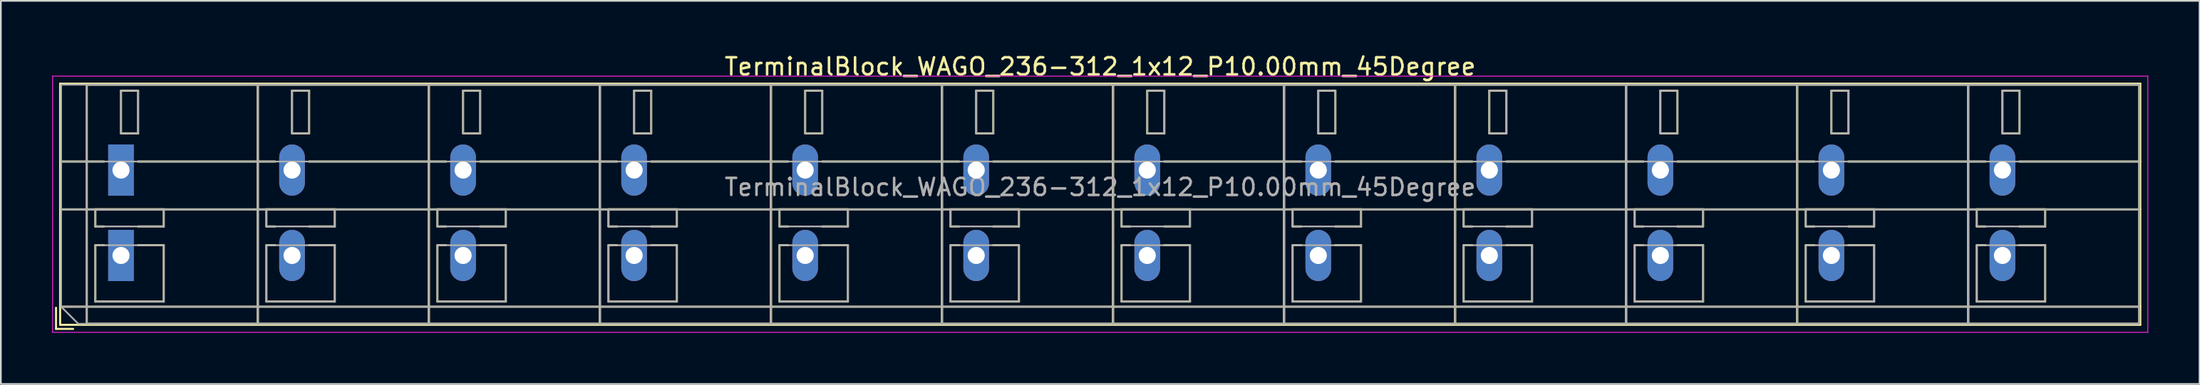
<source format=kicad_pcb>
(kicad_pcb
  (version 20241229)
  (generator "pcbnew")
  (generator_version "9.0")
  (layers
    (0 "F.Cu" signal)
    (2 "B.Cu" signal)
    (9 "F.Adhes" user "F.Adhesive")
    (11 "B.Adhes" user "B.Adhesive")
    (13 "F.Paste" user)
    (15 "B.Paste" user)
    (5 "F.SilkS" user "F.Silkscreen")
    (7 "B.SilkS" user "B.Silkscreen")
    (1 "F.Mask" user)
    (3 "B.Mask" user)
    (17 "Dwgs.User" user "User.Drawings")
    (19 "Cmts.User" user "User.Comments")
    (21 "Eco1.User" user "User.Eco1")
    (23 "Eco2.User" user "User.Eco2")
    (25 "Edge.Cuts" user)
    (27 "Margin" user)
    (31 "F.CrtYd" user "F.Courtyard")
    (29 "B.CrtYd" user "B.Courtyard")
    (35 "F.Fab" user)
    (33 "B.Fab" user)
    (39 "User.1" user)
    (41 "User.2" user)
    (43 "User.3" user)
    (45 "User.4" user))
  (footprint "TerminalBlock_WAGO_236-312_1x12_P10.00mm_45Degree"
    (layer "F.Cu")
    (at 4.025 11.908)
    (property "Reference" "TerminalBlock_WAGO_236-312_1x12_P10.00mm_45Degree" (at 57.25 -11.06 0) (layer "F.SilkS") (effects (font (size 1 1) (thickness 0.15))))
    (attr through_hole)
    (fp_line (start -3.8 3.06) (end -3.8 4.3) (stroke (width 0.12) (type solid)) (layer "F.SilkS"))
    (fp_line (start -3.8 4.3) (end -2.8 4.3) (stroke (width 0.12) (type solid)) (layer "F.SilkS"))
    (fp_line (start -3.56 -10.06) (end -3.56 4.06) (stroke (width 0.12) (type solid)) (layer "F.SilkS"))
    (fp_line (start -3.56 -10.06) (end 118.06 -10.06) (stroke (width 0.12) (type solid)) (layer "F.SilkS"))
    (fp_line (start -3.56 -5.5) (end -0.99 -5.5) (stroke (width 0.12) (type solid)) (layer "F.SilkS"))
    (fp_line (start -3.56 -2.7) (end 118.06 -2.7) (stroke (width 0.12) (type solid)) (layer "F.SilkS"))
    (fp_line (start -3.56 3) (end 118.06 3) (stroke (width 0.12) (type solid)) (layer "F.SilkS"))
    (fp_line (start -3.56 4.06) (end 118.06 4.06) (stroke (width 0.12) (type solid)) (layer "F.SilkS"))
    (fp_line (start -2 -10) (end -2 4) (stroke (width 0.12) (type solid)) (layer "F.SilkS"))
    (fp_line (start -2 -10) (end 8 -10) (stroke (width 0.12) (type solid)) (layer "F.SilkS"))
    (fp_line (start -2 4) (end 8 4) (stroke (width 0.12) (type solid)) (layer "F.SilkS"))
    (fp_line (start -1.5 -2.7) (end -1.5 -1.701) (stroke (width 0.12) (type solid)) (layer "F.SilkS"))
    (fp_line (start -1.5 -2.7) (end 2.5 -2.7) (stroke (width 0.12) (type solid)) (layer "F.SilkS"))
    (fp_line (start -1.5 -1.701) (end -0.99 -1.701) (stroke (width 0.12) (type solid)) (layer "F.SilkS"))
    (fp_line (start -1.5 -0.6) (end -1.5 2.7) (stroke (width 0.12) (type solid)) (layer "F.SilkS"))
    (fp_line (start -1.5 -0.6) (end -0.99 -0.6) (stroke (width 0.12) (type solid)) (layer "F.SilkS"))
    (fp_line (start -1.5 2.7) (end 2.5 2.7) (stroke (width 0.12) (type solid)) (layer "F.SilkS"))
    (fp_line (start 0 -9.65) (end 0 -7.15) (stroke (width 0.12) (type solid)) (layer "F.SilkS"))
    (fp_line (start 0 -9.65) (end 1 -9.65) (stroke (width 0.12) (type solid)) (layer "F.SilkS"))
    (fp_line (start 0 -7.15) (end 1 -7.15) (stroke (width 0.12) (type solid)) (layer "F.SilkS"))
    (fp_line (start 0.99 -5.5) (end 9.01 -5.5) (stroke (width 0.12) (type solid)) (layer "F.SilkS"))
    (fp_line (start 0.99 -1.701) (end 2.5 -1.701) (stroke (width 0.12) (type solid)) (layer "F.SilkS"))
    (fp_line (start 0.99 -0.6) (end 2.5 -0.6) (stroke (width 0.12) (type solid)) (layer "F.SilkS"))
    (fp_line (start 1 -9.65) (end 1 -7.15) (stroke (width 0.12) (type solid)) (layer "F.SilkS"))
    (fp_line (start 2.5 -2.7) (end 2.5 -1.701) (stroke (width 0.12) (type solid)) (layer "F.SilkS"))
    (fp_line (start 2.5 -0.6) (end 2.5 2.7) (stroke (width 0.12) (type solid)) (layer "F.SilkS"))
    (fp_line (start 8 -10) (end 8 4) (stroke (width 0.12) (type solid)) (layer "F.SilkS"))
    (fp_line (start 8 -10) (end 8 4) (stroke (width 0.12) (type solid)) (layer "F.SilkS"))
    (fp_line (start 8 -10) (end 18 -10) (stroke (width 0.12) (type solid)) (layer "F.SilkS"))
    (fp_line (start 8 4) (end 18 4) (stroke (width 0.12) (type solid)) (layer "F.SilkS"))
    (fp_line (start 8.5 -2.7) (end 8.5 -1.701) (stroke (width 0.12) (type solid)) (layer "F.SilkS"))
    (fp_line (start 8.5 -2.7) (end 12.5 -2.7) (stroke (width 0.12) (type solid)) (layer "F.SilkS"))
    (fp_line (start 8.5 -1.701) (end 9.01 -1.701) (stroke (width 0.12) (type solid)) (layer "F.SilkS"))
    (fp_line (start 8.5 -0.6) (end 8.5 2.7) (stroke (width 0.12) (type solid)) (layer "F.SilkS"))
    (fp_line (start 8.5 -0.6) (end 9.01 -0.6) (stroke (width 0.12) (type solid)) (layer "F.SilkS"))
    (fp_line (start 8.5 2.7) (end 12.5 2.7) (stroke (width 0.12) (type solid)) (layer "F.SilkS"))
    (fp_line (start 10 -9.65) (end 10 -7.15) (stroke (width 0.12) (type solid)) (layer "F.SilkS"))
    (fp_line (start 10 -9.65) (end 11 -9.65) (stroke (width 0.12) (type solid)) (layer "F.SilkS"))
    (fp_line (start 10 -7.15) (end 11 -7.15) (stroke (width 0.12) (type solid)) (layer "F.SilkS"))
    (fp_line (start 10.99 -5.5) (end 19.01 -5.5) (stroke (width 0.12) (type solid)) (layer "F.SilkS"))
    (fp_line (start 10.99 -1.701) (end 12.5 -1.701) (stroke (width 0.12) (type solid)) (layer "F.SilkS"))
    (fp_line (start 10.99 -0.6) (end 12.5 -0.6) (stroke (width 0.12) (type solid)) (layer "F.SilkS"))
    (fp_line (start 11 -9.65) (end 11 -7.15) (stroke (width 0.12) (type solid)) (layer "F.SilkS"))
    (fp_line (start 12.5 -2.7) (end 12.5 -1.701) (stroke (width 0.12) (type solid)) (layer "F.SilkS"))
    (fp_line (start 12.5 -0.6) (end 12.5 2.7) (stroke (width 0.12) (type solid)) (layer "F.SilkS"))
    (fp_line (start 18 -10) (end 18 4) (stroke (width 0.12) (type solid)) (layer "F.SilkS"))
    (fp_line (start 18 -10) (end 18 4) (stroke (width 0.12) (type solid)) (layer "F.SilkS"))
    (fp_line (start 18 -10) (end 28 -10) (stroke (width 0.12) (type solid)) (layer "F.SilkS"))
    (fp_line (start 18 4) (end 28 4) (stroke (width 0.12) (type solid)) (layer "F.SilkS"))
    (fp_line (start 18.5 -2.7) (end 18.5 -1.701) (stroke (width 0.12) (type solid)) (layer "F.SilkS"))
    (fp_line (start 18.5 -2.7) (end 22.5 -2.7) (stroke (width 0.12) (type solid)) (layer "F.SilkS"))
    (fp_line (start 18.5 -1.701) (end 19.01 -1.701) (stroke (width 0.12) (type solid)) (layer "F.SilkS"))
    (fp_line (start 18.5 -0.6) (end 18.5 2.7) (stroke (width 0.12) (type solid)) (layer "F.SilkS"))
    (fp_line (start 18.5 -0.6) (end 19.01 -0.6) (stroke (width 0.12) (type solid)) (layer "F.SilkS"))
    (fp_line (start 18.5 2.7) (end 22.5 2.7) (stroke (width 0.12) (type solid)) (layer "F.SilkS"))
    (fp_line (start 20 -9.65) (end 20 -7.15) (stroke (width 0.12) (type solid)) (layer "F.SilkS"))
    (fp_line (start 20 -9.65) (end 21 -9.65) (stroke (width 0.12) (type solid)) (layer "F.SilkS"))
    (fp_line (start 20 -7.15) (end 21 -7.15) (stroke (width 0.12) (type solid)) (layer "F.SilkS"))
    (fp_line (start 20.99 -5.5) (end 29.01 -5.5) (stroke (width 0.12) (type solid)) (layer "F.SilkS"))
    (fp_line (start 20.99 -1.701) (end 22.5 -1.701) (stroke (width 0.12) (type solid)) (layer "F.SilkS"))
    (fp_line (start 20.99 -0.6) (end 22.5 -0.6) (stroke (width 0.12) (type solid)) (layer "F.SilkS"))
    (fp_line (start 21 -9.65) (end 21 -7.15) (stroke (width 0.12) (type solid)) (layer "F.SilkS"))
    (fp_line (start 22.5 -2.7) (end 22.5 -1.701) (stroke (width 0.12) (type solid)) (layer "F.SilkS"))
    (fp_line (start 22.5 -0.6) (end 22.5 2.7) (stroke (width 0.12) (type solid)) (layer "F.SilkS"))
    (fp_line (start 28 -10) (end 28 4) (stroke (width 0.12) (type solid)) (layer "F.SilkS"))
    (fp_line (start 28 -10) (end 28 4) (stroke (width 0.12) (type solid)) (layer "F.SilkS"))
    (fp_line (start 28 -10) (end 38 -10) (stroke (width 0.12) (type solid)) (layer "F.SilkS"))
    (fp_line (start 28 4) (end 38 4) (stroke (width 0.12) (type solid)) (layer "F.SilkS"))
    (fp_line (start 28.5 -2.7) (end 28.5 -1.701) (stroke (width 0.12) (type solid)) (layer "F.SilkS"))
    (fp_line (start 28.5 -2.7) (end 32.5 -2.7) (stroke (width 0.12) (type solid)) (layer "F.SilkS"))
    (fp_line (start 28.5 -1.701) (end 29.01 -1.701) (stroke (width 0.12) (type solid)) (layer "F.SilkS"))
    (fp_line (start 28.5 -0.6) (end 28.5 2.7) (stroke (width 0.12) (type solid)) (layer "F.SilkS"))
    (fp_line (start 28.5 -0.6) (end 29.01 -0.6) (stroke (width 0.12) (type solid)) (layer "F.SilkS"))
    (fp_line (start 28.5 2.7) (end 32.5 2.7) (stroke (width 0.12) (type solid)) (layer "F.SilkS"))
    (fp_line (start 30 -9.65) (end 30 -7.15) (stroke (width 0.12) (type solid)) (layer "F.SilkS"))
    (fp_line (start 30 -9.65) (end 31 -9.65) (stroke (width 0.12) (type solid)) (layer "F.SilkS"))
    (fp_line (start 30 -7.15) (end 31 -7.15) (stroke (width 0.12) (type solid)) (layer "F.SilkS"))
    (fp_line (start 30.99 -5.5) (end 39.01 -5.5) (stroke (width 0.12) (type solid)) (layer "F.SilkS"))
    (fp_line (start 30.99 -1.701) (end 32.5 -1.701) (stroke (width 0.12) (type solid)) (layer "F.SilkS"))
    (fp_line (start 30.99 -0.6) (end 32.5 -0.6) (stroke (width 0.12) (type solid)) (layer "F.SilkS"))
    (fp_line (start 31 -9.65) (end 31 -7.15) (stroke (width 0.12) (type solid)) (layer "F.SilkS"))
    (fp_line (start 32.5 -2.7) (end 32.5 -1.701) (stroke (width 0.12) (type solid)) (layer "F.SilkS"))
    (fp_line (start 32.5 -0.6) (end 32.5 2.7) (stroke (width 0.12) (type solid)) (layer "F.SilkS"))
    (fp_line (start 38 -10) (end 38 4) (stroke (width 0.12) (type solid)) (layer "F.SilkS"))
    (fp_line (start 38 -10) (end 38 4) (stroke (width 0.12) (type solid)) (layer "F.SilkS"))
    (fp_line (start 38 -10) (end 48 -10) (stroke (width 0.12) (type solid)) (layer "F.SilkS"))
    (fp_line (start 38 4) (end 48 4) (stroke (width 0.12) (type solid)) (layer "F.SilkS"))
    (fp_line (start 38.5 -2.7) (end 38.5 -1.701) (stroke (width 0.12) (type solid)) (layer "F.SilkS"))
    (fp_line (start 38.5 -2.7) (end 42.5 -2.7) (stroke (width 0.12) (type solid)) (layer "F.SilkS"))
    (fp_line (start 38.5 -1.701) (end 39.01 -1.701) (stroke (width 0.12) (type solid)) (layer "F.SilkS"))
    (fp_line (start 38.5 -0.6) (end 38.5 2.7) (stroke (width 0.12) (type solid)) (layer "F.SilkS"))
    (fp_line (start 38.5 -0.6) (end 39.01 -0.6) (stroke (width 0.12) (type solid)) (layer "F.SilkS"))
    (fp_line (start 38.5 2.7) (end 42.5 2.7) (stroke (width 0.12) (type solid)) (layer "F.SilkS"))
    (fp_line (start 40 -9.65) (end 40 -7.15) (stroke (width 0.12) (type solid)) (layer "F.SilkS"))
    (fp_line (start 40 -9.65) (end 41 -9.65) (stroke (width 0.12) (type solid)) (layer "F.SilkS"))
    (fp_line (start 40 -7.15) (end 41 -7.15) (stroke (width 0.12) (type solid)) (layer "F.SilkS"))
    (fp_line (start 40.99 -5.5) (end 49.01 -5.5) (stroke (width 0.12) (type solid)) (layer "F.SilkS"))
    (fp_line (start 40.99 -1.701) (end 42.5 -1.701) (stroke (width 0.12) (type solid)) (layer "F.SilkS"))
    (fp_line (start 40.99 -0.6) (end 42.5 -0.6) (stroke (width 0.12) (type solid)) (layer "F.SilkS"))
    (fp_line (start 41 -9.65) (end 41 -7.15) (stroke (width 0.12) (type solid)) (layer "F.SilkS"))
    (fp_line (start 42.5 -2.7) (end 42.5 -1.701) (stroke (width 0.12) (type solid)) (layer "F.SilkS"))
    (fp_line (start 42.5 -0.6) (end 42.5 2.7) (stroke (width 0.12) (type solid)) (layer "F.SilkS"))
    (fp_line (start 48 -10) (end 48 4) (stroke (width 0.12) (type solid)) (layer "F.SilkS"))
    (fp_line (start 48 -10) (end 48 4) (stroke (width 0.12) (type solid)) (layer "F.SilkS"))
    (fp_line (start 48 -10) (end 58 -10) (stroke (width 0.12) (type solid)) (layer "F.SilkS"))
    (fp_line (start 48 4) (end 58 4) (stroke (width 0.12) (type solid)) (layer "F.SilkS"))
    (fp_line (start 48.5 -2.7) (end 48.5 -1.701) (stroke (width 0.12) (type solid)) (layer "F.SilkS"))
    (fp_line (start 48.5 -2.7) (end 52.5 -2.7) (stroke (width 0.12) (type solid)) (layer "F.SilkS"))
    (fp_line (start 48.5 -1.701) (end 49.01 -1.701) (stroke (width 0.12) (type solid)) (layer "F.SilkS"))
    (fp_line (start 48.5 -0.6) (end 48.5 2.7) (stroke (width 0.12) (type solid)) (layer "F.SilkS"))
    (fp_line (start 48.5 -0.6) (end 49.01 -0.6) (stroke (width 0.12) (type solid)) (layer "F.SilkS"))
    (fp_line (start 48.5 2.7) (end 52.5 2.7) (stroke (width 0.12) (type solid)) (layer "F.SilkS"))
    (fp_line (start 50 -9.65) (end 50 -7.15) (stroke (width 0.12) (type solid)) (layer "F.SilkS"))
    (fp_line (start 50 -9.65) (end 51 -9.65) (stroke (width 0.12) (type solid)) (layer "F.SilkS"))
    (fp_line (start 50 -7.15) (end 51 -7.15) (stroke (width 0.12) (type solid)) (layer "F.SilkS"))
    (fp_line (start 50.99 -5.5) (end 59.01 -5.5) (stroke (width 0.12) (type solid)) (layer "F.SilkS"))
    (fp_line (start 50.99 -1.701) (end 52.5 -1.701) (stroke (width 0.12) (type solid)) (layer "F.SilkS"))
    (fp_line (start 50.99 -0.6) (end 52.5 -0.6) (stroke (width 0.12) (type solid)) (layer "F.SilkS"))
    (fp_line (start 51 -9.65) (end 51 -7.15) (stroke (width 0.12) (type solid)) (layer "F.SilkS"))
    (fp_line (start 52.5 -2.7) (end 52.5 -1.701) (stroke (width 0.12) (type solid)) (layer "F.SilkS"))
    (fp_line (start 52.5 -0.6) (end 52.5 2.7) (stroke (width 0.12) (type solid)) (layer "F.SilkS"))
    (fp_line (start 58 -10) (end 58 4) (stroke (width 0.12) (type solid)) (layer "F.SilkS"))
    (fp_line (start 58 -10) (end 58 4) (stroke (width 0.12) (type solid)) (layer "F.SilkS"))
    (fp_line (start 58 -10) (end 68 -10) (stroke (width 0.12) (type solid)) (layer "F.SilkS"))
    (fp_line (start 58 4) (end 68 4) (stroke (width 0.12) (type solid)) (layer "F.SilkS"))
    (fp_line (start 58.5 -2.7) (end 58.5 -1.701) (stroke (width 0.12) (type solid)) (layer "F.SilkS"))
    (fp_line (start 58.5 -2.7) (end 62.5 -2.7) (stroke (width 0.12) (type solid)) (layer "F.SilkS"))
    (fp_line (start 58.5 -1.701) (end 59.01 -1.701) (stroke (width 0.12) (type solid)) (layer "F.SilkS"))
    (fp_line (start 58.5 -0.6) (end 58.5 2.7) (stroke (width 0.12) (type solid)) (layer "F.SilkS"))
    (fp_line (start 58.5 -0.6) (end 59.01 -0.6) (stroke (width 0.12) (type solid)) (layer "F.SilkS"))
    (fp_line (start 58.5 2.7) (end 62.5 2.7) (stroke (width 0.12) (type solid)) (layer "F.SilkS"))
    (fp_line (start 60 -9.65) (end 60 -7.15) (stroke (width 0.12) (type solid)) (layer "F.SilkS"))
    (fp_line (start 60 -9.65) (end 61 -9.65) (stroke (width 0.12) (type solid)) (layer "F.SilkS"))
    (fp_line (start 60 -7.15) (end 61 -7.15) (stroke (width 0.12) (type solid)) (layer "F.SilkS"))
    (fp_line (start 60.99 -5.5) (end 69.01 -5.5) (stroke (width 0.12) (type solid)) (layer "F.SilkS"))
    (fp_line (start 60.99 -1.701) (end 62.5 -1.701) (stroke (width 0.12) (type solid)) (layer "F.SilkS"))
    (fp_line (start 60.99 -0.6) (end 62.5 -0.6) (stroke (width 0.12) (type solid)) (layer "F.SilkS"))
    (fp_line (start 61 -9.65) (end 61 -7.15) (stroke (width 0.12) (type solid)) (layer "F.SilkS"))
    (fp_line (start 62.5 -2.7) (end 62.5 -1.701) (stroke (width 0.12) (type solid)) (layer "F.SilkS"))
    (fp_line (start 62.5 -0.6) (end 62.5 2.7) (stroke (width 0.12) (type solid)) (layer "F.SilkS"))
    (fp_line (start 68 -10) (end 68 4) (stroke (width 0.12) (type solid)) (layer "F.SilkS"))
    (fp_line (start 68 -10) (end 68 4) (stroke (width 0.12) (type solid)) (layer "F.SilkS"))
    (fp_line (start 68 -10) (end 78 -10) (stroke (width 0.12) (type solid)) (layer "F.SilkS"))
    (fp_line (start 68 4) (end 78 4) (stroke (width 0.12) (type solid)) (layer "F.SilkS"))
    (fp_line (start 68.5 -2.7) (end 68.5 -1.701) (stroke (width 0.12) (type solid)) (layer "F.SilkS"))
    (fp_line (start 68.5 -2.7) (end 72.5 -2.7) (stroke (width 0.12) (type solid)) (layer "F.SilkS"))
    (fp_line (start 68.5 -1.701) (end 69.01 -1.701) (stroke (width 0.12) (type solid)) (layer "F.SilkS"))
    (fp_line (start 68.5 -0.6) (end 68.5 2.7) (stroke (width 0.12) (type solid)) (layer "F.SilkS"))
    (fp_line (start 68.5 -0.6) (end 69.01 -0.6) (stroke (width 0.12) (type solid)) (layer "F.SilkS"))
    (fp_line (start 68.5 2.7) (end 72.5 2.7) (stroke (width 0.12) (type solid)) (layer "F.SilkS"))
    (fp_line (start 70 -9.65) (end 70 -7.15) (stroke (width 0.12) (type solid)) (layer "F.SilkS"))
    (fp_line (start 70 -9.65) (end 71 -9.65) (stroke (width 0.12) (type solid)) (layer "F.SilkS"))
    (fp_line (start 70 -7.15) (end 71 -7.15) (stroke (width 0.12) (type solid)) (layer "F.SilkS"))
    (fp_line (start 70.99 -5.5) (end 79.01 -5.5) (stroke (width 0.12) (type solid)) (layer "F.SilkS"))
    (fp_line (start 70.99 -1.701) (end 72.5 -1.701) (stroke (width 0.12) (type solid)) (layer "F.SilkS"))
    (fp_line (start 70.99 -0.6) (end 72.5 -0.6) (stroke (width 0.12) (type solid)) (layer "F.SilkS"))
    (fp_line (start 71 -9.65) (end 71 -7.15) (stroke (width 0.12) (type solid)) (layer "F.SilkS"))
    (fp_line (start 72.5 -2.7) (end 72.5 -1.701) (stroke (width 0.12) (type solid)) (layer "F.SilkS"))
    (fp_line (start 72.5 -0.6) (end 72.5 2.7) (stroke (width 0.12) (type solid)) (layer "F.SilkS"))
    (fp_line (start 78 -10) (end 78 4) (stroke (width 0.12) (type solid)) (layer "F.SilkS"))
    (fp_line (start 78 -10) (end 78 4) (stroke (width 0.12) (type solid)) (layer "F.SilkS"))
    (fp_line (start 78 -10) (end 88 -10) (stroke (width 0.12) (type solid)) (layer "F.SilkS"))
    (fp_line (start 78 4) (end 88 4) (stroke (width 0.12) (type solid)) (layer "F.SilkS"))
    (fp_line (start 78.5 -2.7) (end 78.5 -1.701) (stroke (width 0.12) (type solid)) (layer "F.SilkS"))
    (fp_line (start 78.5 -2.7) (end 82.5 -2.7) (stroke (width 0.12) (type solid)) (layer "F.SilkS"))
    (fp_line (start 78.5 -1.701) (end 79.01 -1.701) (stroke (width 0.12) (type solid)) (layer "F.SilkS"))
    (fp_line (start 78.5 -0.6) (end 78.5 2.7) (stroke (width 0.12) (type solid)) (layer "F.SilkS"))
    (fp_line (start 78.5 -0.6) (end 79.01 -0.6) (stroke (width 0.12) (type solid)) (layer "F.SilkS"))
    (fp_line (start 78.5 2.7) (end 82.5 2.7) (stroke (width 0.12) (type solid)) (layer "F.SilkS"))
    (fp_line (start 80 -9.65) (end 80 -7.15) (stroke (width 0.12) (type solid)) (layer "F.SilkS"))
    (fp_line (start 80 -9.65) (end 81 -9.65) (stroke (width 0.12) (type solid)) (layer "F.SilkS"))
    (fp_line (start 80 -7.15) (end 81 -7.15) (stroke (width 0.12) (type solid)) (layer "F.SilkS"))
    (fp_line (start 80.99 -5.5) (end 89.01 -5.5) (stroke (width 0.12) (type solid)) (layer "F.SilkS"))
    (fp_line (start 80.99 -1.701) (end 82.5 -1.701) (stroke (width 0.12) (type solid)) (layer "F.SilkS"))
    (fp_line (start 80.99 -0.6) (end 82.5 -0.6) (stroke (width 0.12) (type solid)) (layer "F.SilkS"))
    (fp_line (start 81 -9.65) (end 81 -7.15) (stroke (width 0.12) (type solid)) (layer "F.SilkS"))
    (fp_line (start 82.5 -2.7) (end 82.5 -1.701) (stroke (width 0.12) (type solid)) (layer "F.SilkS"))
    (fp_line (start 82.5 -0.6) (end 82.5 2.7) (stroke (width 0.12) (type solid)) (layer "F.SilkS"))
    (fp_line (start 88 -10) (end 88 4) (stroke (width 0.12) (type solid)) (layer "F.SilkS"))
    (fp_line (start 88 -10) (end 88 4) (stroke (width 0.12) (type solid)) (layer "F.SilkS"))
    (fp_line (start 88 -10) (end 98 -10) (stroke (width 0.12) (type solid)) (layer "F.SilkS"))
    (fp_line (start 88 4) (end 98 4) (stroke (width 0.12) (type solid)) (layer "F.SilkS"))
    (fp_line (start 88.5 -2.7) (end 88.5 -1.701) (stroke (width 0.12) (type solid)) (layer "F.SilkS"))
    (fp_line (start 88.5 -2.7) (end 92.5 -2.7) (stroke (width 0.12) (type solid)) (layer "F.SilkS"))
    (fp_line (start 88.5 -1.701) (end 89.01 -1.701) (stroke (width 0.12) (type solid)) (layer "F.SilkS"))
    (fp_line (start 88.5 -0.6) (end 88.5 2.7) (stroke (width 0.12) (type solid)) (layer "F.SilkS"))
    (fp_line (start 88.5 -0.6) (end 89.01 -0.6) (stroke (width 0.12) (type solid)) (layer "F.SilkS"))
    (fp_line (start 88.5 2.7) (end 92.5 2.7) (stroke (width 0.12) (type solid)) (layer "F.SilkS"))
    (fp_line (start 90 -9.65) (end 90 -7.15) (stroke (width 0.12) (type solid)) (layer "F.SilkS"))
    (fp_line (start 90 -9.65) (end 91 -9.65) (stroke (width 0.12) (type solid)) (layer "F.SilkS"))
    (fp_line (start 90 -7.15) (end 91 -7.15) (stroke (width 0.12) (type solid)) (layer "F.SilkS"))
    (fp_line (start 90.99 -5.5) (end 99.01 -5.5) (stroke (width 0.12) (type solid)) (layer "F.SilkS"))
    (fp_line (start 90.99 -1.701) (end 92.5 -1.701) (stroke (width 0.12) (type solid)) (layer "F.SilkS"))
    (fp_line (start 90.99 -0.6) (end 92.5 -0.6) (stroke (width 0.12) (type solid)) (layer "F.SilkS"))
    (fp_line (start 91 -9.65) (end 91 -7.15) (stroke (width 0.12) (type solid)) (layer "F.SilkS"))
    (fp_line (start 92.5 -2.7) (end 92.5 -1.701) (stroke (width 0.12) (type solid)) (layer "F.SilkS"))
    (fp_line (start 92.5 -0.6) (end 92.5 2.7) (stroke (width 0.12) (type solid)) (layer "F.SilkS"))
    (fp_line (start 98 -10) (end 98 4) (stroke (width 0.12) (type solid)) (layer "F.SilkS"))
    (fp_line (start 98 -10) (end 98 4) (stroke (width 0.12) (type solid)) (layer "F.SilkS"))
    (fp_line (start 98 -10) (end 108 -10) (stroke (width 0.12) (type solid)) (layer "F.SilkS"))
    (fp_line (start 98 4) (end 108 4) (stroke (width 0.12) (type solid)) (layer "F.SilkS"))
    (fp_line (start 98.5 -2.7) (end 98.5 -1.701) (stroke (width 0.12) (type solid)) (layer "F.SilkS"))
    (fp_line (start 98.5 -2.7) (end 102.5 -2.7) (stroke (width 0.12) (type solid)) (layer "F.SilkS"))
    (fp_line (start 98.5 -1.701) (end 99.01 -1.701) (stroke (width 0.12) (type solid)) (layer "F.SilkS"))
    (fp_line (start 98.5 -0.6) (end 98.5 2.7) (stroke (width 0.12) (type solid)) (layer "F.SilkS"))
    (fp_line (start 98.5 -0.6) (end 99.01 -0.6) (stroke (width 0.12) (type solid)) (layer "F.SilkS"))
    (fp_line (start 98.5 2.7) (end 102.5 2.7) (stroke (width 0.12) (type solid)) (layer "F.SilkS"))
    (fp_line (start 100 -9.65) (end 100 -7.15) (stroke (width 0.12) (type solid)) (layer "F.SilkS"))
    (fp_line (start 100 -9.65) (end 101 -9.65) (stroke (width 0.12) (type solid)) (layer "F.SilkS"))
    (fp_line (start 100 -7.15) (end 101 -7.15) (stroke (width 0.12) (type solid)) (layer "F.SilkS"))
    (fp_line (start 100.99 -5.5) (end 109.01 -5.5) (stroke (width 0.12) (type solid)) (layer "F.SilkS"))
    (fp_line (start 100.99 -1.701) (end 102.5 -1.701) (stroke (width 0.12) (type solid)) (layer "F.SilkS"))
    (fp_line (start 100.99 -0.6) (end 102.5 -0.6) (stroke (width 0.12) (type solid)) (layer "F.SilkS"))
    (fp_line (start 101 -9.65) (end 101 -7.15) (stroke (width 0.12) (type solid)) (layer "F.SilkS"))
    (fp_line (start 102.5 -2.7) (end 102.5 -1.701) (stroke (width 0.12) (type solid)) (layer "F.SilkS"))
    (fp_line (start 102.5 -0.6) (end 102.5 2.7) (stroke (width 0.12) (type solid)) (layer "F.SilkS"))
    (fp_line (start 108 -10) (end 108 4) (stroke (width 0.12) (type solid)) (layer "F.SilkS"))
    (fp_line (start 108 -10) (end 108 4) (stroke (width 0.12) (type solid)) (layer "F.SilkS"))
    (fp_line (start 108 -10) (end 118 -10) (stroke (width 0.12) (type solid)) (layer "F.SilkS"))
    (fp_line (start 108 4) (end 118 4) (stroke (width 0.12) (type solid)) (layer "F.SilkS"))
    (fp_line (start 108.5 -2.7) (end 108.5 -1.701) (stroke (width 0.12) (type solid)) (layer "F.SilkS"))
    (fp_line (start 108.5 -2.7) (end 112.5 -2.7) (stroke (width 0.12) (type solid)) (layer "F.SilkS"))
    (fp_line (start 108.5 -1.701) (end 109.01 -1.701) (stroke (width 0.12) (type solid)) (layer "F.SilkS"))
    (fp_line (start 108.5 -0.6) (end 108.5 2.7) (stroke (width 0.12) (type solid)) (layer "F.SilkS"))
    (fp_line (start 108.5 -0.6) (end 109.01 -0.6) (stroke (width 0.12) (type solid)) (layer "F.SilkS"))
    (fp_line (start 108.5 2.7) (end 112.5 2.7) (stroke (width 0.12) (type solid)) (layer "F.SilkS"))
    (fp_line (start 110 -9.65) (end 110 -7.15) (stroke (width 0.12) (type solid)) (layer "F.SilkS"))
    (fp_line (start 110 -9.65) (end 111 -9.65) (stroke (width 0.12) (type solid)) (layer "F.SilkS"))
    (fp_line (start 110 -7.15) (end 111 -7.15) (stroke (width 0.12) (type solid)) (layer "F.SilkS"))
    (fp_line (start 110.99 -5.5) (end 118.06 -5.5) (stroke (width 0.12) (type solid)) (layer "F.SilkS"))
    (fp_line (start 110.99 -1.701) (end 112.5 -1.701) (stroke (width 0.12) (type solid)) (layer "F.SilkS"))
    (fp_line (start 110.99 -0.6) (end 112.5 -0.6) (stroke (width 0.12) (type solid)) (layer "F.SilkS"))
    (fp_line (start 111 -9.65) (end 111 -7.15) (stroke (width 0.12) (type solid)) (layer "F.SilkS"))
    (fp_line (start 112.5 -2.7) (end 112.5 -1.701) (stroke (width 0.12) (type solid)) (layer "F.SilkS"))
    (fp_line (start 112.5 -0.6) (end 112.5 2.7) (stroke (width 0.12) (type solid)) (layer "F.SilkS"))
    (fp_line (start 118 -10) (end 118 4) (stroke (width 0.12) (type solid)) (layer "F.SilkS"))
    (fp_line (start 118.06 -10.06) (end 118.06 4.06) (stroke (width 0.12) (type solid)) (layer "F.SilkS"))
    (fp_line (start -4 -10.5) (end -4 4.5) (stroke (width 0.05) (type solid)) (layer "F.CrtYd"))
    (fp_line (start -4 4.5) (end 118.5 4.5) (stroke (width 0.05) (type solid)) (layer "F.CrtYd"))
    (fp_line (start 118.5 -10.5) (end -4 -10.5) (stroke (width 0.05) (type solid)) (layer "F.CrtYd"))
    (fp_line (start 118.5 4.5) (end 118.5 -10.5) (stroke (width 0.05) (type solid)) (layer "F.CrtYd"))
    (fp_line (start -3.5 -10) (end 118 -10) (stroke (width 0.1) (type solid)) (layer "F.Fab"))
    (fp_line (start -3.5 -5.5) (end 118 -5.5) (stroke (width 0.1) (type solid)) (layer "F.Fab"))
    (fp_line (start -3.5 -2.7) (end 118 -2.7) (stroke (width 0.1) (type solid)) (layer "F.Fab"))
    (fp_line (start -3.5 3) (end -3.5 -10) (stroke (width 0.1) (type solid)) (layer "F.Fab"))
    (fp_line (start -3.5 3) (end 118 3) (stroke (width 0.1) (type solid)) (layer "F.Fab"))
    (fp_line (start -2.5 4) (end -3.5 3) (stroke (width 0.1) (type solid)) (layer "F.Fab"))
    (fp_line (start -2 -10) (end -2 4) (stroke (width 0.1) (type solid)) (layer "F.Fab"))
    (fp_line (start -2 4) (end 8 4) (stroke (width 0.1) (type solid)) (layer "F.Fab"))
    (fp_line (start -1.5 -2.7) (end -1.5 -1.7) (stroke (width 0.1) (type solid)) (layer "F.Fab"))
    (fp_line (start -1.5 -1.7) (end 2.5 -1.7) (stroke (width 0.1) (type solid)) (layer "F.Fab"))
    (fp_line (start -1.5 -0.6) (end -1.5 2.7) (stroke (width 0.1) (type solid)) (layer "F.Fab"))
    (fp_line (start -1.5 2.7) (end 2.5 2.7) (stroke (width 0.1) (type solid)) (layer "F.Fab"))
    (fp_line (start 0 -9.65) (end 0 -7.15) (stroke (width 0.1) (type solid)) (layer "F.Fab"))
    (fp_line (start 0 -7.15) (end 1 -7.15) (stroke (width 0.1) (type solid)) (layer "F.Fab"))
    (fp_line (start 1 -9.65) (end 0 -9.65) (stroke (width 0.1) (type solid)) (layer "F.Fab"))
    (fp_line (start 1 -7.15) (end 1 -9.65) (stroke (width 0.1) (type solid)) (layer "F.Fab"))
    (fp_line (start 2.5 -2.7) (end -1.5 -2.7) (stroke (width 0.1) (type solid)) (layer "F.Fab"))
    (fp_line (start 2.5 -1.7) (end 2.5 -2.7) (stroke (width 0.1) (type solid)) (layer "F.Fab"))
    (fp_line (start 2.5 -0.6) (end -1.5 -0.6) (stroke (width 0.1) (type solid)) (layer "F.Fab"))
    (fp_line (start 2.5 2.7) (end 2.5 -0.6) (stroke (width 0.1) (type solid)) (layer "F.Fab"))
    (fp_line (start 8 -10) (end -2 -10) (stroke (width 0.1) (type solid)) (layer "F.Fab"))
    (fp_line (start 8 -10) (end 8 4) (stroke (width 0.1) (type solid)) (layer "F.Fab"))
    (fp_line (start 8 4) (end 8 -10) (stroke (width 0.1) (type solid)) (layer "F.Fab"))
    (fp_line (start 8 4) (end 18 4) (stroke (width 0.1) (type solid)) (layer "F.Fab"))
    (fp_line (start 8.5 -2.7) (end 8.5 -1.7) (stroke (width 0.1) (type solid)) (layer "F.Fab"))
    (fp_line (start 8.5 -1.7) (end 12.5 -1.7) (stroke (width 0.1) (type solid)) (layer "F.Fab"))
    (fp_line (start 8.5 -0.6) (end 8.5 2.7) (stroke (width 0.1) (type solid)) (layer "F.Fab"))
    (fp_line (start 8.5 2.7) (end 12.5 2.7) (stroke (width 0.1) (type solid)) (layer "F.Fab"))
    (fp_line (start 10 -9.65) (end 10 -7.15) (stroke (width 0.1) (type solid)) (layer "F.Fab"))
    (fp_line (start 10 -7.15) (end 11 -7.15) (stroke (width 0.1) (type solid)) (layer "F.Fab"))
    (fp_line (start 11 -9.65) (end 10 -9.65) (stroke (width 0.1) (type solid)) (layer "F.Fab"))
    (fp_line (start 11 -7.15) (end 11 -9.65) (stroke (width 0.1) (type solid)) (layer "F.Fab"))
    (fp_line (start 12.5 -2.7) (end 8.5 -2.7) (stroke (width 0.1) (type solid)) (layer "F.Fab"))
    (fp_line (start 12.5 -1.7) (end 12.5 -2.7) (stroke (width 0.1) (type solid)) (layer "F.Fab"))
    (fp_line (start 12.5 -0.6) (end 8.5 -0.6) (stroke (width 0.1) (type solid)) (layer "F.Fab"))
    (fp_line (start 12.5 2.7) (end 12.5 -0.6) (stroke (width 0.1) (type solid)) (layer "F.Fab"))
    (fp_line (start 18 -10) (end 8 -10) (stroke (width 0.1) (type solid)) (layer "F.Fab"))
    (fp_line (start 18 -10) (end 18 4) (stroke (width 0.1) (type solid)) (layer "F.Fab"))
    (fp_line (start 18 4) (end 18 -10) (stroke (width 0.1) (type solid)) (layer "F.Fab"))
    (fp_line (start 18 4) (end 28 4) (stroke (width 0.1) (type solid)) (layer "F.Fab"))
    (fp_line (start 18.5 -2.7) (end 18.5 -1.7) (stroke (width 0.1) (type solid)) (layer "F.Fab"))
    (fp_line (start 18.5 -1.7) (end 22.5 -1.7) (stroke (width 0.1) (type solid)) (layer "F.Fab"))
    (fp_line (start 18.5 -0.6) (end 18.5 2.7) (stroke (width 0.1) (type solid)) (layer "F.Fab"))
    (fp_line (start 18.5 2.7) (end 22.5 2.7) (stroke (width 0.1) (type solid)) (layer "F.Fab"))
    (fp_line (start 20 -9.65) (end 20 -7.15) (stroke (width 0.1) (type solid)) (layer "F.Fab"))
    (fp_line (start 20 -7.15) (end 21 -7.15) (stroke (width 0.1) (type solid)) (layer "F.Fab"))
    (fp_line (start 21 -9.65) (end 20 -9.65) (stroke (width 0.1) (type solid)) (layer "F.Fab"))
    (fp_line (start 21 -7.15) (end 21 -9.65) (stroke (width 0.1) (type solid)) (layer "F.Fab"))
    (fp_line (start 22.5 -2.7) (end 18.5 -2.7) (stroke (width 0.1) (type solid)) (layer "F.Fab"))
    (fp_line (start 22.5 -1.7) (end 22.5 -2.7) (stroke (width 0.1) (type solid)) (layer "F.Fab"))
    (fp_line (start 22.5 -0.6) (end 18.5 -0.6) (stroke (width 0.1) (type solid)) (layer "F.Fab"))
    (fp_line (start 22.5 2.7) (end 22.5 -0.6) (stroke (width 0.1) (type solid)) (layer "F.Fab"))
    (fp_line (start 28 -10) (end 18 -10) (stroke (width 0.1) (type solid)) (layer "F.Fab"))
    (fp_line (start 28 -10) (end 28 4) (stroke (width 0.1) (type solid)) (layer "F.Fab"))
    (fp_line (start 28 4) (end 28 -10) (stroke (width 0.1) (type solid)) (layer "F.Fab"))
    (fp_line (start 28 4) (end 38 4) (stroke (width 0.1) (type solid)) (layer "F.Fab"))
    (fp_line (start 28.5 -2.7) (end 28.5 -1.7) (stroke (width 0.1) (type solid)) (layer "F.Fab"))
    (fp_line (start 28.5 -1.7) (end 32.5 -1.7) (stroke (width 0.1) (type solid)) (layer "F.Fab"))
    (fp_line (start 28.5 -0.6) (end 28.5 2.7) (stroke (width 0.1) (type solid)) (layer "F.Fab"))
    (fp_line (start 28.5 2.7) (end 32.5 2.7) (stroke (width 0.1) (type solid)) (layer "F.Fab"))
    (fp_line (start 30 -9.65) (end 30 -7.15) (stroke (width 0.1) (type solid)) (layer "F.Fab"))
    (fp_line (start 30 -7.15) (end 31 -7.15) (stroke (width 0.1) (type solid)) (layer "F.Fab"))
    (fp_line (start 31 -9.65) (end 30 -9.65) (stroke (width 0.1) (type solid)) (layer "F.Fab"))
    (fp_line (start 31 -7.15) (end 31 -9.65) (stroke (width 0.1) (type solid)) (layer "F.Fab"))
    (fp_line (start 32.5 -2.7) (end 28.5 -2.7) (stroke (width 0.1) (type solid)) (layer "F.Fab"))
    (fp_line (start 32.5 -1.7) (end 32.5 -2.7) (stroke (width 0.1) (type solid)) (layer "F.Fab"))
    (fp_line (start 32.5 -0.6) (end 28.5 -0.6) (stroke (width 0.1) (type solid)) (layer "F.Fab"))
    (fp_line (start 32.5 2.7) (end 32.5 -0.6) (stroke (width 0.1) (type solid)) (layer "F.Fab"))
    (fp_line (start 38 -10) (end 28 -10) (stroke (width 0.1) (type solid)) (layer "F.Fab"))
    (fp_line (start 38 -10) (end 38 4) (stroke (width 0.1) (type solid)) (layer "F.Fab"))
    (fp_line (start 38 4) (end 38 -10) (stroke (width 0.1) (type solid)) (layer "F.Fab"))
    (fp_line (start 38 4) (end 48 4) (stroke (width 0.1) (type solid)) (layer "F.Fab"))
    (fp_line (start 38.5 -2.7) (end 38.5 -1.7) (stroke (width 0.1) (type solid)) (layer "F.Fab"))
    (fp_line (start 38.5 -1.7) (end 42.5 -1.7) (stroke (width 0.1) (type solid)) (layer "F.Fab"))
    (fp_line (start 38.5 -0.6) (end 38.5 2.7) (stroke (width 0.1) (type solid)) (layer "F.Fab"))
    (fp_line (start 38.5 2.7) (end 42.5 2.7) (stroke (width 0.1) (type solid)) (layer "F.Fab"))
    (fp_line (start 40 -9.65) (end 40 -7.15) (stroke (width 0.1) (type solid)) (layer "F.Fab"))
    (fp_line (start 40 -7.15) (end 41 -7.15) (stroke (width 0.1) (type solid)) (layer "F.Fab"))
    (fp_line (start 41 -9.65) (end 40 -9.65) (stroke (width 0.1) (type solid)) (layer "F.Fab"))
    (fp_line (start 41 -7.15) (end 41 -9.65) (stroke (width 0.1) (type solid)) (layer "F.Fab"))
    (fp_line (start 42.5 -2.7) (end 38.5 -2.7) (stroke (width 0.1) (type solid)) (layer "F.Fab"))
    (fp_line (start 42.5 -1.7) (end 42.5 -2.7) (stroke (width 0.1) (type solid)) (layer "F.Fab"))
    (fp_line (start 42.5 -0.6) (end 38.5 -0.6) (stroke (width 0.1) (type solid)) (layer "F.Fab"))
    (fp_line (start 42.5 2.7) (end 42.5 -0.6) (stroke (width 0.1) (type solid)) (layer "F.Fab"))
    (fp_line (start 48 -10) (end 38 -10) (stroke (width 0.1) (type solid)) (layer "F.Fab"))
    (fp_line (start 48 -10) (end 48 4) (stroke (width 0.1) (type solid)) (layer "F.Fab"))
    (fp_line (start 48 4) (end 48 -10) (stroke (width 0.1) (type solid)) (layer "F.Fab"))
    (fp_line (start 48 4) (end 58 4) (stroke (width 0.1) (type solid)) (layer "F.Fab"))
    (fp_line (start 48.5 -2.7) (end 48.5 -1.7) (stroke (width 0.1) (type solid)) (layer "F.Fab"))
    (fp_line (start 48.5 -1.7) (end 52.5 -1.7) (stroke (width 0.1) (type solid)) (layer "F.Fab"))
    (fp_line (start 48.5 -0.6) (end 48.5 2.7) (stroke (width 0.1) (type solid)) (layer "F.Fab"))
    (fp_line (start 48.5 2.7) (end 52.5 2.7) (stroke (width 0.1) (type solid)) (layer "F.Fab"))
    (fp_line (start 50 -9.65) (end 50 -7.15) (stroke (width 0.1) (type solid)) (layer "F.Fab"))
    (fp_line (start 50 -7.15) (end 51 -7.15) (stroke (width 0.1) (type solid)) (layer "F.Fab"))
    (fp_line (start 51 -9.65) (end 50 -9.65) (stroke (width 0.1) (type solid)) (layer "F.Fab"))
    (fp_line (start 51 -7.15) (end 51 -9.65) (stroke (width 0.1) (type solid)) (layer "F.Fab"))
    (fp_line (start 52.5 -2.7) (end 48.5 -2.7) (stroke (width 0.1) (type solid)) (layer "F.Fab"))
    (fp_line (start 52.5 -1.7) (end 52.5 -2.7) (stroke (width 0.1) (type solid)) (layer "F.Fab"))
    (fp_line (start 52.5 -0.6) (end 48.5 -0.6) (stroke (width 0.1) (type solid)) (layer "F.Fab"))
    (fp_line (start 52.5 2.7) (end 52.5 -0.6) (stroke (width 0.1) (type solid)) (layer "F.Fab"))
    (fp_line (start 58 -10) (end 48 -10) (stroke (width 0.1) (type solid)) (layer "F.Fab"))
    (fp_line (start 58 -10) (end 58 4) (stroke (width 0.1) (type solid)) (layer "F.Fab"))
    (fp_line (start 58 4) (end 58 -10) (stroke (width 0.1) (type solid)) (layer "F.Fab"))
    (fp_line (start 58 4) (end 68 4) (stroke (width 0.1) (type solid)) (layer "F.Fab"))
    (fp_line (start 58.5 -2.7) (end 58.5 -1.7) (stroke (width 0.1) (type solid)) (layer "F.Fab"))
    (fp_line (start 58.5 -1.7) (end 62.5 -1.7) (stroke (width 0.1) (type solid)) (layer "F.Fab"))
    (fp_line (start 58.5 -0.6) (end 58.5 2.7) (stroke (width 0.1) (type solid)) (layer "F.Fab"))
    (fp_line (start 58.5 2.7) (end 62.5 2.7) (stroke (width 0.1) (type solid)) (layer "F.Fab"))
    (fp_line (start 60 -9.65) (end 60 -7.15) (stroke (width 0.1) (type solid)) (layer "F.Fab"))
    (fp_line (start 60 -7.15) (end 61 -7.15) (stroke (width 0.1) (type solid)) (layer "F.Fab"))
    (fp_line (start 61 -9.65) (end 60 -9.65) (stroke (width 0.1) (type solid)) (layer "F.Fab"))
    (fp_line (start 61 -7.15) (end 61 -9.65) (stroke (width 0.1) (type solid)) (layer "F.Fab"))
    (fp_line (start 62.5 -2.7) (end 58.5 -2.7) (stroke (width 0.1) (type solid)) (layer "F.Fab"))
    (fp_line (start 62.5 -1.7) (end 62.5 -2.7) (stroke (width 0.1) (type solid)) (layer "F.Fab"))
    (fp_line (start 62.5 -0.6) (end 58.5 -0.6) (stroke (width 0.1) (type solid)) (layer "F.Fab"))
    (fp_line (start 62.5 2.7) (end 62.5 -0.6) (stroke (width 0.1) (type solid)) (layer "F.Fab"))
    (fp_line (start 68 -10) (end 58 -10) (stroke (width 0.1) (type solid)) (layer "F.Fab"))
    (fp_line (start 68 -10) (end 68 4) (stroke (width 0.1) (type solid)) (layer "F.Fab"))
    (fp_line (start 68 4) (end 68 -10) (stroke (width 0.1) (type solid)) (layer "F.Fab"))
    (fp_line (start 68 4) (end 78 4) (stroke (width 0.1) (type solid)) (layer "F.Fab"))
    (fp_line (start 68.5 -2.7) (end 68.5 -1.7) (stroke (width 0.1) (type solid)) (layer "F.Fab"))
    (fp_line (start 68.5 -1.7) (end 72.5 -1.7) (stroke (width 0.1) (type solid)) (layer "F.Fab"))
    (fp_line (start 68.5 -0.6) (end 68.5 2.7) (stroke (width 0.1) (type solid)) (layer "F.Fab"))
    (fp_line (start 68.5 2.7) (end 72.5 2.7) (stroke (width 0.1) (type solid)) (layer "F.Fab"))
    (fp_line (start 70 -9.65) (end 70 -7.15) (stroke (width 0.1) (type solid)) (layer "F.Fab"))
    (fp_line (start 70 -7.15) (end 71 -7.15) (stroke (width 0.1) (type solid)) (layer "F.Fab"))
    (fp_line (start 71 -9.65) (end 70 -9.65) (stroke (width 0.1) (type solid)) (layer "F.Fab"))
    (fp_line (start 71 -7.15) (end 71 -9.65) (stroke (width 0.1) (type solid)) (layer "F.Fab"))
    (fp_line (start 72.5 -2.7) (end 68.5 -2.7) (stroke (width 0.1) (type solid)) (layer "F.Fab"))
    (fp_line (start 72.5 -1.7) (end 72.5 -2.7) (stroke (width 0.1) (type solid)) (layer "F.Fab"))
    (fp_line (start 72.5 -0.6) (end 68.5 -0.6) (stroke (width 0.1) (type solid)) (layer "F.Fab"))
    (fp_line (start 72.5 2.7) (end 72.5 -0.6) (stroke (width 0.1) (type solid)) (layer "F.Fab"))
    (fp_line (start 78 -10) (end 68 -10) (stroke (width 0.1) (type solid)) (layer "F.Fab"))
    (fp_line (start 78 -10) (end 78 4) (stroke (width 0.1) (type solid)) (layer "F.Fab"))
    (fp_line (start 78 4) (end 78 -10) (stroke (width 0.1) (type solid)) (layer "F.Fab"))
    (fp_line (start 78 4) (end 88 4) (stroke (width 0.1) (type solid)) (layer "F.Fab"))
    (fp_line (start 78.5 -2.7) (end 78.5 -1.7) (stroke (width 0.1) (type solid)) (layer "F.Fab"))
    (fp_line (start 78.5 -1.7) (end 82.5 -1.7) (stroke (width 0.1) (type solid)) (layer "F.Fab"))
    (fp_line (start 78.5 -0.6) (end 78.5 2.7) (stroke (width 0.1) (type solid)) (layer "F.Fab"))
    (fp_line (start 78.5 2.7) (end 82.5 2.7) (stroke (width 0.1) (type solid)) (layer "F.Fab"))
    (fp_line (start 80 -9.65) (end 80 -7.15) (stroke (width 0.1) (type solid)) (layer "F.Fab"))
    (fp_line (start 80 -7.15) (end 81 -7.15) (stroke (width 0.1) (type solid)) (layer "F.Fab"))
    (fp_line (start 81 -9.65) (end 80 -9.65) (stroke (width 0.1) (type solid)) (layer "F.Fab"))
    (fp_line (start 81 -7.15) (end 81 -9.65) (stroke (width 0.1) (type solid)) (layer "F.Fab"))
    (fp_line (start 82.5 -2.7) (end 78.5 -2.7) (stroke (width 0.1) (type solid)) (layer "F.Fab"))
    (fp_line (start 82.5 -1.7) (end 82.5 -2.7) (stroke (width 0.1) (type solid)) (layer "F.Fab"))
    (fp_line (start 82.5 -0.6) (end 78.5 -0.6) (stroke (width 0.1) (type solid)) (layer "F.Fab"))
    (fp_line (start 82.5 2.7) (end 82.5 -0.6) (stroke (width 0.1) (type solid)) (layer "F.Fab"))
    (fp_line (start 88 -10) (end 78 -10) (stroke (width 0.1) (type solid)) (layer "F.Fab"))
    (fp_line (start 88 -10) (end 88 4) (stroke (width 0.1) (type solid)) (layer "F.Fab"))
    (fp_line (start 88 4) (end 88 -10) (stroke (width 0.1) (type solid)) (layer "F.Fab"))
    (fp_line (start 88 4) (end 98 4) (stroke (width 0.1) (type solid)) (layer "F.Fab"))
    (fp_line (start 88.5 -2.7) (end 88.5 -1.7) (stroke (width 0.1) (type solid)) (layer "F.Fab"))
    (fp_line (start 88.5 -1.7) (end 92.5 -1.7) (stroke (width 0.1) (type solid)) (layer "F.Fab"))
    (fp_line (start 88.5 -0.6) (end 88.5 2.7) (stroke (width 0.1) (type solid)) (layer "F.Fab"))
    (fp_line (start 88.5 2.7) (end 92.5 2.7) (stroke (width 0.1) (type solid)) (layer "F.Fab"))
    (fp_line (start 90 -9.65) (end 90 -7.15) (stroke (width 0.1) (type solid)) (layer "F.Fab"))
    (fp_line (start 90 -7.15) (end 91 -7.15) (stroke (width 0.1) (type solid)) (layer "F.Fab"))
    (fp_line (start 91 -9.65) (end 90 -9.65) (stroke (width 0.1) (type solid)) (layer "F.Fab"))
    (fp_line (start 91 -7.15) (end 91 -9.65) (stroke (width 0.1) (type solid)) (layer "F.Fab"))
    (fp_line (start 92.5 -2.7) (end 88.5 -2.7) (stroke (width 0.1) (type solid)) (layer "F.Fab"))
    (fp_line (start 92.5 -1.7) (end 92.5 -2.7) (stroke (width 0.1) (type solid)) (layer "F.Fab"))
    (fp_line (start 92.5 -0.6) (end 88.5 -0.6) (stroke (width 0.1) (type solid)) (layer "F.Fab"))
    (fp_line (start 92.5 2.7) (end 92.5 -0.6) (stroke (width 0.1) (type solid)) (layer "F.Fab"))
    (fp_line (start 98 -10) (end 88 -10) (stroke (width 0.1) (type solid)) (layer "F.Fab"))
    (fp_line (start 98 -10) (end 98 4) (stroke (width 0.1) (type solid)) (layer "F.Fab"))
    (fp_line (start 98 4) (end 98 -10) (stroke (width 0.1) (type solid)) (layer "F.Fab"))
    (fp_line (start 98 4) (end 108 4) (stroke (width 0.1) (type solid)) (layer "F.Fab"))
    (fp_line (start 98.5 -2.7) (end 98.5 -1.7) (stroke (width 0.1) (type solid)) (layer "F.Fab"))
    (fp_line (start 98.5 -1.7) (end 102.5 -1.7) (stroke (width 0.1) (type solid)) (layer "F.Fab"))
    (fp_line (start 98.5 -0.6) (end 98.5 2.7) (stroke (width 0.1) (type solid)) (layer "F.Fab"))
    (fp_line (start 98.5 2.7) (end 102.5 2.7) (stroke (width 0.1) (type solid)) (layer "F.Fab"))
    (fp_line (start 100 -9.65) (end 100 -7.15) (stroke (width 0.1) (type solid)) (layer "F.Fab"))
    (fp_line (start 100 -7.15) (end 101 -7.15) (stroke (width 0.1) (type solid)) (layer "F.Fab"))
    (fp_line (start 101 -9.65) (end 100 -9.65) (stroke (width 0.1) (type solid)) (layer "F.Fab"))
    (fp_line (start 101 -7.15) (end 101 -9.65) (stroke (width 0.1) (type solid)) (layer "F.Fab"))
    (fp_line (start 102.5 -2.7) (end 98.5 -2.7) (stroke (width 0.1) (type solid)) (layer "F.Fab"))
    (fp_line (start 102.5 -1.7) (end 102.5 -2.7) (stroke (width 0.1) (type solid)) (layer "F.Fab"))
    (fp_line (start 102.5 -0.6) (end 98.5 -0.6) (stroke (width 0.1) (type solid)) (layer "F.Fab"))
    (fp_line (start 102.5 2.7) (end 102.5 -0.6) (stroke (width 0.1) (type solid)) (layer "F.Fab"))
    (fp_line (start 108 -10) (end 98 -10) (stroke (width 0.1) (type solid)) (layer "F.Fab"))
    (fp_line (start 108 -10) (end 108 4) (stroke (width 0.1) (type solid)) (layer "F.Fab"))
    (fp_line (start 108 4) (end 108 -10) (stroke (width 0.1) (type solid)) (layer "F.Fab"))
    (fp_line (start 108 4) (end 118 4) (stroke (width 0.1) (type solid)) (layer "F.Fab"))
    (fp_line (start 108.5 -2.7) (end 108.5 -1.7) (stroke (width 0.1) (type solid)) (layer "F.Fab"))
    (fp_line (start 108.5 -1.7) (end 112.5 -1.7) (stroke (width 0.1) (type solid)) (layer "F.Fab"))
    (fp_line (start 108.5 -0.6) (end 108.5 2.7) (stroke (width 0.1) (type solid)) (layer "F.Fab"))
    (fp_line (start 108.5 2.7) (end 112.5 2.7) (stroke (width 0.1) (type solid)) (layer "F.Fab"))
    (fp_line (start 110 -9.65) (end 110 -7.15) (stroke (width 0.1) (type solid)) (layer "F.Fab"))
    (fp_line (start 110 -7.15) (end 111 -7.15) (stroke (width 0.1) (type solid)) (layer "F.Fab"))
    (fp_line (start 111 -9.65) (end 110 -9.65) (stroke (width 0.1) (type solid)) (layer "F.Fab"))
    (fp_line (start 111 -7.15) (end 111 -9.65) (stroke (width 0.1) (type solid)) (layer "F.Fab"))
    (fp_line (start 112.5 -2.7) (end 108.5 -2.7) (stroke (width 0.1) (type solid)) (layer "F.Fab"))
    (fp_line (start 112.5 -1.7) (end 112.5 -2.7) (stroke (width 0.1) (type solid)) (layer "F.Fab"))
    (fp_line (start 112.5 -0.6) (end 108.5 -0.6) (stroke (width 0.1) (type solid)) (layer "F.Fab"))
    (fp_line (start 112.5 2.7) (end 112.5 -0.6) (stroke (width 0.1) (type solid)) (layer "F.Fab"))
    (fp_line (start 118 -10) (end 108 -10) (stroke (width 0.1) (type solid)) (layer "F.Fab"))
    (fp_line (start 118 -10) (end 118 4) (stroke (width 0.1) (type solid)) (layer "F.Fab"))
    (fp_line (start 118 4) (end -2.5 4) (stroke (width 0.1) (type solid)) (layer "F.Fab"))
    (fp_line (start 118 4) (end 118 -10) (stroke (width 0.1) (type solid)) (layer "F.Fab"))
    (fp_text user "${REFERENCE}" (at 57.25 -4 0) (layer "F.Fab") (effects (font (size 1 1) (thickness 0.15))))
    (pad "1" thru_hole rect (at 0 -5) (size 1.5 3) (drill 1) (layers "*.Cu" "*.Mask"))
    (pad "1" thru_hole rect (at 0 0) (size 1.5 3) (drill 1) (layers "*.Cu" "*.Mask"))
    (pad "2" thru_hole oval (at 10 -5) (size 1.5 3) (drill 1) (layers "*.Cu" "*.Mask"))
    (pad "2" thru_hole oval (at 10 0) (size 1.5 3) (drill 1) (layers "*.Cu" "*.Mask"))
    (pad "3" thru_hole oval (at 20 -5) (size 1.5 3) (drill 1) (layers "*.Cu" "*.Mask"))
    (pad "3" thru_hole oval (at 20 0) (size 1.5 3) (drill 1) (layers "*.Cu" "*.Mask"))
    (pad "4" thru_hole oval (at 30 -5) (size 1.5 3) (drill 1) (layers "*.Cu" "*.Mask"))
    (pad "4" thru_hole oval (at 30 0) (size 1.5 3) (drill 1) (layers "*.Cu" "*.Mask"))
    (pad "5" thru_hole oval (at 40 -5) (size 1.5 3) (drill 1) (layers "*.Cu" "*.Mask"))
    (pad "5" thru_hole oval (at 40 0) (size 1.5 3) (drill 1) (layers "*.Cu" "*.Mask"))
    (pad "6" thru_hole oval (at 50 -5) (size 1.5 3) (drill 1) (layers "*.Cu" "*.Mask"))
    (pad "6" thru_hole oval (at 50 0) (size 1.5 3) (drill 1) (layers "*.Cu" "*.Mask"))
    (pad "7" thru_hole oval (at 60 -5) (size 1.5 3) (drill 1) (layers "*.Cu" "*.Mask"))
    (pad "7" thru_hole oval (at 60 0) (size 1.5 3) (drill 1) (layers "*.Cu" "*.Mask"))
    (pad "8" thru_hole oval (at 70 -5) (size 1.5 3) (drill 1) (layers "*.Cu" "*.Mask"))
    (pad "8" thru_hole oval (at 70 0) (size 1.5 3) (drill 1) (layers "*.Cu" "*.Mask"))
    (pad "9" thru_hole oval (at 80 -5) (size 1.5 3) (drill 1) (layers "*.Cu" "*.Mask"))
    (pad "9" thru_hole oval (at 80 0) (size 1.5 3) (drill 1) (layers "*.Cu" "*.Mask"))
    (pad "10" thru_hole oval (at 90 -5) (size 1.5 3) (drill 1) (layers "*.Cu" "*.Mask"))
    (pad "10" thru_hole oval (at 90 0) (size 1.5 3) (drill 1) (layers "*.Cu" "*.Mask"))
    (pad "11" thru_hole oval (at 100 -5) (size 1.5 3) (drill 1) (layers "*.Cu" "*.Mask"))
    (pad "11" thru_hole oval (at 100 0) (size 1.5 3) (drill 1) (layers "*.Cu" "*.Mask"))
    (pad "12" thru_hole oval (at 110 -5) (size 1.5 3) (drill 1) (layers "*.Cu" "*.Mask"))
    (pad "12" thru_hole oval (at 110 0) (size 1.5 3) (drill 1) (layers "*.Cu" "*.Mask")))
  (gr_rect
    (start -3 -3)
    (end 125.55 19.433)
    (stroke (width 0.1) (type default))
    (fill no)
    (layer "Edge.Cuts")))
</source>
